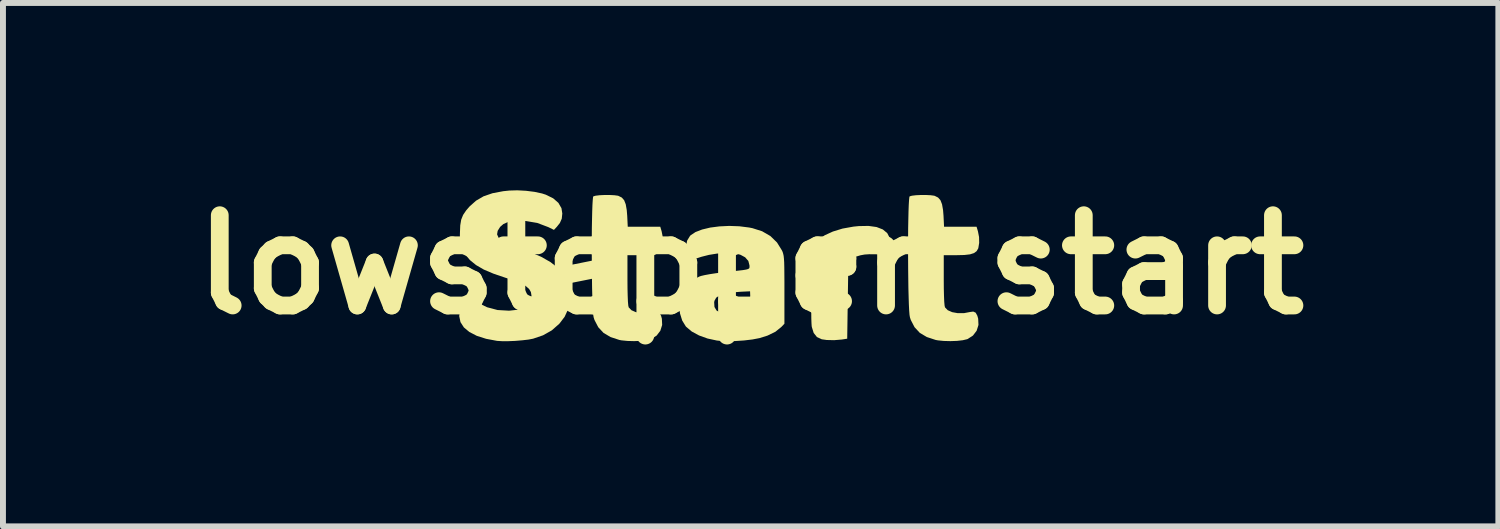
<source format=kicad_pcb>
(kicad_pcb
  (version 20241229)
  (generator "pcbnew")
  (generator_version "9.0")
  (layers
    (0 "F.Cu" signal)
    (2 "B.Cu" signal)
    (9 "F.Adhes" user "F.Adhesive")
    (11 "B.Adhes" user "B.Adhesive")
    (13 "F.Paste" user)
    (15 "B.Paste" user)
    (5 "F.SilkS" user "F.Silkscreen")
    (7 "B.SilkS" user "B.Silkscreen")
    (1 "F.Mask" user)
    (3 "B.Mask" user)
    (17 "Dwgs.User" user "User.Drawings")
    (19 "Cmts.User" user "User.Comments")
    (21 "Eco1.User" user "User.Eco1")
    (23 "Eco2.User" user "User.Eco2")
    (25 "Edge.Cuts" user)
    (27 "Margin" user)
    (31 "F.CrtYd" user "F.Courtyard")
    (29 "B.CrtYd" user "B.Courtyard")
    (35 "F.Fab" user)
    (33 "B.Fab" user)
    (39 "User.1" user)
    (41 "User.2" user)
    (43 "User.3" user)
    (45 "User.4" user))
  (footprint "lowstepper start"
    (layer "F.Cu")
    (at 9.623 1.418)
    (property "Reference" "lowstepper start" (at 0 0 0) (layer "F.SilkS") (effects (font (size 1.524 1.524) (thickness 0.3))))
    (attr board_only exclude_from_pos_files exclude_from_bom)
    (fp_poly (pts (xy 2.126 -0.635) (xy 2.232 -0.594) (xy 2.306 -0.532) (xy 2.348 -0.451) (xy 2.355 -0.352) (xy 2.337 -0.262) (xy 2.308 -0.17) (xy 2.109 -0.175) (xy 2.004 -0.176) (xy 1.924 -0.171) (xy 1.854 -0.158) (xy 1.781 -0.136) (xy 1.78 -0.135) (xy 1.65 -0.09) (xy 1.63 1.25) (xy 1.54 1.264) (xy 1.409 1.275) (xy 1.284 1.272) (xy 1.2 1.26) (xy 1.119 1.222) (xy 1.064 1.153) (xy 1.033 1.054) (xy 1.03 1.036) (xy 1.027 0.989) (xy 1.024 0.908) (xy 1.023 0.799) (xy 1.022 0.669) (xy 1.022 0.523) (xy 1.023 0.368) (xy 1.023 0.33) (xy 1.026 0.158) (xy 1.028 0.021) (xy 1.03 -0.085) (xy 1.034 -0.166) (xy 1.038 -0.224) (xy 1.044 -0.267) (xy 1.052 -0.297) (xy 1.061 -0.321) (xy 1.069 -0.334) (xy 1.142 -0.42) (xy 1.25 -0.496) (xy 1.388 -0.559) (xy 1.551 -0.609) (xy 1.735 -0.642) (xy 1.826 -0.651) (xy 1.99 -0.654)) (stroke (width 0) (type solid)) (fill yes) (layer "F.SilkS"))
    (fp_poly (pts (xy -2.301 -1.172) (xy -2.242 -1.164) (xy -2.232 -1.161) (xy -2.176 -1.133) (xy -2.136 -1.088) (xy -2.109 -1.019) (xy -2.092 -0.922) (xy -2.084 -0.825) (xy -2.075 -0.64) (xy -1.526 -0.64) (xy -1.503 -0.563) (xy -1.484 -0.466) (xy -1.482 -0.367) (xy -1.496 -0.283) (xy -1.499 -0.272) (xy -1.526 -0.227) (xy -1.57 -0.195) (xy -1.637 -0.174) (xy -1.732 -0.163) (xy -1.859 -0.16) (xy -2.08 -0.16) (xy -2.08 0.261) (xy -2.079 0.405) (xy -2.076 0.527) (xy -2.072 0.624) (xy -2.066 0.691) (xy -2.059 0.721) (xy -2.013 0.769) (xy -1.938 0.802) (xy -1.844 0.819) (xy -1.74 0.819) (xy -1.64 0.8) (xy -1.582 0.792) (xy -1.541 0.811) (xy -1.513 0.862) (xy -1.499 0.912) (xy -1.494 1.018) (xy -1.525 1.116) (xy -1.587 1.197) (xy -1.676 1.255) (xy -1.687 1.259) (xy -1.759 1.276) (xy -1.857 1.287) (xy -1.968 1.291) (xy -2.08 1.288) (xy -2.18 1.278) (xy -2.217 1.271) (xy -2.366 1.222) (xy -2.484 1.152) (xy -2.573 1.056) (xy -2.637 0.933) (xy -2.651 0.889) (xy -2.658 0.848) (xy -2.664 0.773) (xy -2.669 0.671) (xy -2.673 0.544) (xy -2.677 0.398) (xy -2.679 0.238) (xy -2.681 0.068) (xy -2.682 -0.107) (xy -2.683 -0.283) (xy -2.682 -0.455) (xy -2.681 -0.618) (xy -2.678 -0.767) (xy -2.675 -0.899) (xy -2.671 -1.008) (xy -2.666 -1.09) (xy -2.661 -1.139) (xy -2.656 -1.153) (xy -2.617 -1.164) (xy -2.55 -1.172) (xy -2.467 -1.176) (xy -2.38 -1.176)) (stroke (width 0) (type solid)) (fill yes) (layer "F.SilkS"))
    (fp_poly (pts (xy 3.039 -1.172) (xy 3.098 -1.164) (xy 3.108 -1.161) (xy 3.164 -1.133) (xy 3.204 -1.088) (xy 3.231 -1.019) (xy 3.248 -0.922) (xy 3.256 -0.825) (xy 3.265 -0.64) (xy 3.814 -0.64) (xy 3.837 -0.563) (xy 3.856 -0.466) (xy 3.858 -0.367) (xy 3.844 -0.283) (xy 3.841 -0.272) (xy 3.814 -0.227) (xy 3.77 -0.195) (xy 3.703 -0.174) (xy 3.608 -0.163) (xy 3.481 -0.16) (xy 3.26 -0.16) (xy 3.26 0.261) (xy 3.261 0.405) (xy 3.264 0.527) (xy 3.268 0.624) (xy 3.274 0.691) (xy 3.281 0.721) (xy 3.327 0.769) (xy 3.402 0.802) (xy 3.496 0.819) (xy 3.6 0.819) (xy 3.7 0.8) (xy 3.758 0.792) (xy 3.799 0.811) (xy 3.827 0.862) (xy 3.841 0.912) (xy 3.846 1.018) (xy 3.815 1.116) (xy 3.753 1.197) (xy 3.664 1.255) (xy 3.653 1.259) (xy 3.581 1.276) (xy 3.483 1.287) (xy 3.372 1.291) (xy 3.26 1.288) (xy 3.16 1.278) (xy 3.123 1.271) (xy 2.974 1.222) (xy 2.856 1.152) (xy 2.767 1.056) (xy 2.703 0.933) (xy 2.689 0.889) (xy 2.682 0.848) (xy 2.676 0.773) (xy 2.671 0.671) (xy 2.667 0.544) (xy 2.663 0.398) (xy 2.661 0.238) (xy 2.659 0.068) (xy 2.658 -0.107) (xy 2.657 -0.283) (xy 2.658 -0.455) (xy 2.659 -0.618) (xy 2.662 -0.767) (xy 2.665 -0.899) (xy 2.669 -1.008) (xy 2.674 -1.09) (xy 2.679 -1.139) (xy 2.684 -1.153) (xy 2.723 -1.164) (xy 2.79 -1.172) (xy 2.873 -1.176) (xy 2.96 -1.176)) (stroke (width 0) (type solid)) (fill yes) (layer "F.SilkS"))
    (fp_poly (pts (xy -3.793 -1.247) (xy -3.649 -1.229) (xy -3.523 -1.202) (xy -3.458 -1.181) (xy -3.334 -1.12) (xy -3.246 -1.043) (xy -3.194 -0.953) (xy -3.18 -0.864) (xy -3.189 -0.776) (xy -3.221 -0.703) (xy -3.273 -0.638) (xy -3.321 -0.587) (xy -3.417 -0.634) (xy -3.602 -0.704) (xy -3.798 -0.737) (xy -3.88 -0.74) (xy -4.008 -0.734) (xy -4.104 -0.717) (xy -4.175 -0.685) (xy -4.229 -0.638) (xy -4.271 -0.571) (xy -4.281 -0.511) (xy -4.255 -0.454) (xy -4.193 -0.401) (xy -4.095 -0.349) (xy -3.957 -0.297) (xy -3.94 -0.291) (xy -3.716 -0.211) (xy -3.53 -0.129) (xy -3.379 -0.043) (xy -3.261 0.05) (xy -3.172 0.152) (xy -3.112 0.265) (xy -3.076 0.391) (xy -3.064 0.493) (xy -3.065 0.643) (xy -3.089 0.768) (xy -3.14 0.879) (xy -3.22 0.985) (xy -3.232 0.999) (xy -3.357 1.109) (xy -3.506 1.193) (xy -3.673 1.25) (xy -3.751 1.265) (xy -3.855 1.277) (xy -3.973 1.287) (xy -4.091 1.292) (xy -4.197 1.292) (xy -4.278 1.287) (xy -4.28 1.287) (xy -4.466 1.252) (xy -4.623 1.202) (xy -4.749 1.137) (xy -4.842 1.059) (xy -4.899 0.97) (xy -4.92 0.87) (xy -4.92 0.866) (xy -4.903 0.756) (xy -4.852 0.666) (xy -4.798 0.615) (xy -4.736 0.566) (xy -4.623 0.634) (xy -4.45 0.719) (xy -4.273 0.766) (xy -4.085 0.777) (xy -4.064 0.776) (xy -3.925 0.76) (xy -3.821 0.726) (xy -3.75 0.674) (xy -3.711 0.603) (xy -3.7 0.524) (xy -3.71 0.463) (xy -3.741 0.41) (xy -3.797 0.361) (xy -3.883 0.314) (xy -4.001 0.267) (xy -4.14 0.221) (xy -4.34 0.153) (xy -4.505 0.083) (xy -4.636 0.007) (xy -4.738 -0.076) (xy -4.816 -0.169) (xy -4.854 -0.236) (xy -4.881 -0.295) (xy -4.897 -0.348) (xy -4.906 -0.407) (xy -4.909 -0.485) (xy -4.908 -0.54) (xy -4.903 -0.663) (xy -4.887 -0.759) (xy -4.855 -0.839) (xy -4.803 -0.916) (xy -4.744 -0.984) (xy -4.636 -1.08) (xy -4.509 -1.154) (xy -4.358 -1.206) (xy -4.178 -1.24) (xy -4.074 -1.251) (xy -3.939 -1.255)) (stroke (width 0) (type solid)) (fill yes) (layer "F.SilkS"))
    (fp_poly (pts (xy -0.192 -0.648) (xy -0.026 -0.627) (xy 0.03 -0.616) (xy 0.193 -0.564) (xy 0.333 -0.483) (xy 0.445 -0.374) (xy 0.527 -0.242) (xy 0.54 -0.214) (xy 0.549 -0.184) (xy 0.557 -0.148) (xy 0.562 -0.101) (xy 0.566 -0.039) (xy 0.568 0.045) (xy 0.569 0.155) (xy 0.57 0.297) (xy 0.57 0.423) (xy 0.57 0.997) (xy 0.52 1.05) (xy 0.419 1.132) (xy 0.284 1.198) (xy 0.15 1.24) (xy 0.03 1.263) (xy -0.113 1.28) (xy -0.266 1.29) (xy -0.414 1.291) (xy -0.542 1.284) (xy -0.571 1.281) (xy -0.728 1.247) (xy -0.872 1.195) (xy -0.994 1.129) (xy -1.087 1.051) (xy -1.096 1.041) (xy -1.156 0.943) (xy -1.193 0.823) (xy -1.207 0.693) (xy -1.202 0.636) (xy -0.616 0.636) (xy -0.611 0.715) (xy -0.576 0.774) (xy -0.51 0.812) (xy -0.411 0.832) (xy -0.28 0.833) (xy -0.194 0.827) (xy -0.117 0.817) (xy -0.063 0.806) (xy -0.054 0.803) (xy -0.027 0.79) (xy -0.011 0.774) (xy -0.003 0.745) (xy -0.002 0.693) (xy -0.004 0.615) (xy -0.01 0.45) (xy -0.16 0.457) (xy -0.317 0.469) (xy -0.438 0.489) (xy -0.525 0.518) (xy -0.582 0.558) (xy -0.611 0.61) (xy -0.616 0.636) (xy -1.202 0.636) (xy -1.196 0.564) (xy -1.159 0.45) (xy -1.157 0.446) (xy -1.086 0.344) (xy -0.985 0.26) (xy -0.862 0.199) (xy -0.834 0.19) (xy -0.774 0.176) (xy -0.686 0.16) (xy -0.581 0.144) (xy -0.47 0.13) (xy -0.46 0.129) (xy -0.317 0.113) (xy -0.208 0.101) (xy -0.13 0.092) (xy -0.076 0.083) (xy -0.044 0.074) (xy -0.026 0.063) (xy -0.02 0.049) (xy -0.019 0.031) (xy -0.02 0.012) (xy -0.039 -0.062) (xy -0.093 -0.124) (xy -0.178 -0.17) (xy -0.211 -0.18) (xy -0.308 -0.196) (xy -0.431 -0.198) (xy -0.567 -0.187) (xy -0.704 -0.165) (xy -0.83 -0.133) (xy -0.99 -0.081) (xy -1.025 -0.125) (xy -1.074 -0.215) (xy -1.09 -0.312) (xy -1.073 -0.405) (xy -1.024 -0.485) (xy -1.013 -0.496) (xy -0.932 -0.55) (xy -0.82 -0.593) (xy -0.683 -0.626) (xy -0.528 -0.646) (xy -0.362 -0.654)) (stroke (width 0) (type solid)) (fill yes) (layer "F.SilkS")))
  (gr_rect
    (start -3 -3)
    (end 22.246 5.836)
    (stroke (width 0.1) (type default))
    (fill no)
    (layer "Edge.Cuts")))
</source>
